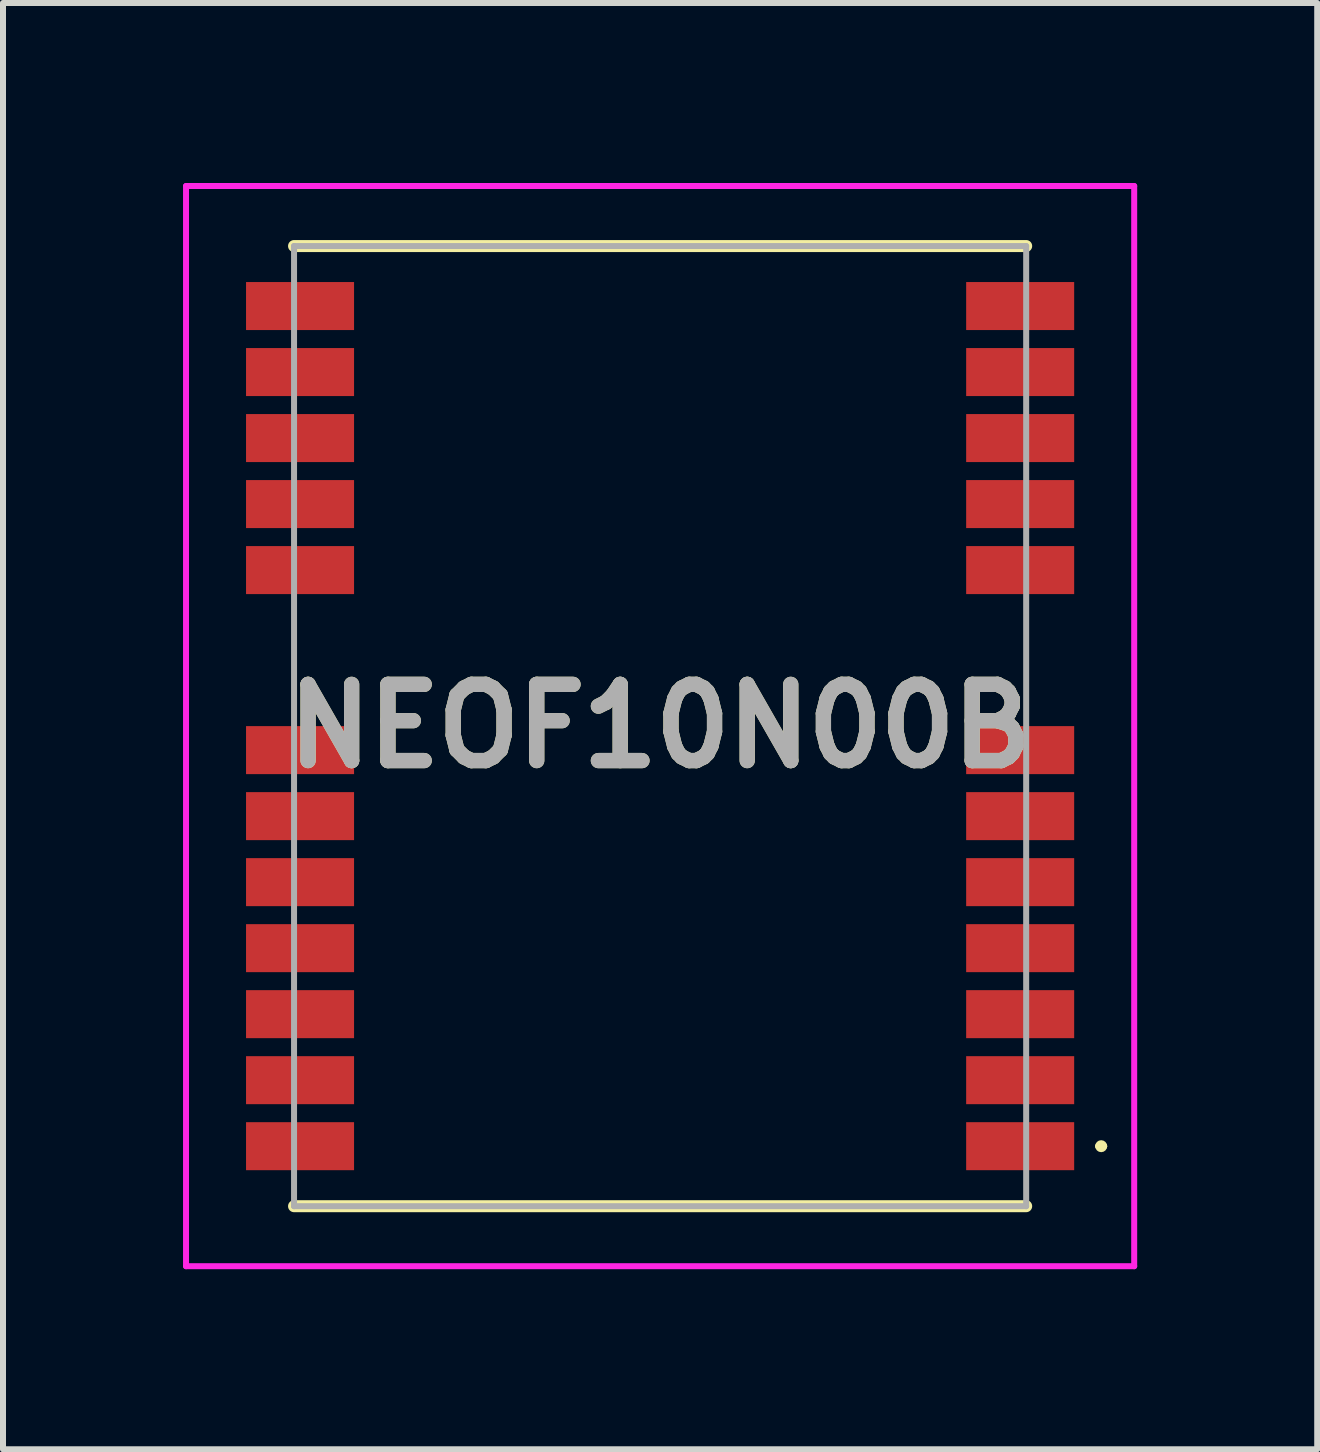
<source format=kicad_pcb>
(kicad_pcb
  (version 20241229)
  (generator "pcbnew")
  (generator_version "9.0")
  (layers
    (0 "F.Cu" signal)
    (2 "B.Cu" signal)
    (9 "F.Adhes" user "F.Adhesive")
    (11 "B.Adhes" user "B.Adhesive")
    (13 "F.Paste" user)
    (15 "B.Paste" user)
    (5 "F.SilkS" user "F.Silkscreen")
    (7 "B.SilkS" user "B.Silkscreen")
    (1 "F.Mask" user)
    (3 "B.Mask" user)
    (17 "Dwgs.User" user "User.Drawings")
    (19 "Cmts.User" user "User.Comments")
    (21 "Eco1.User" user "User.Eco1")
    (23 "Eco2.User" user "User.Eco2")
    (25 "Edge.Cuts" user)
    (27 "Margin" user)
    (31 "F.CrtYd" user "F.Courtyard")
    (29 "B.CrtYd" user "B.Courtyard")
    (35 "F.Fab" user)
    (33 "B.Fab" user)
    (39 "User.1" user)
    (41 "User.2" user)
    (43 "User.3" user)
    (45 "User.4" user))
  (footprint "NEOF10N00B"
    (layer "F.Cu")
    (at 7.95 9.05)
    (property "Reference" "NEOF10N00B" (at 0 0 0) (layer "F.SilkS") (effects (font (size 1.27 1.27) (thickness 0.254))))
    (attr smd)
    (fp_line (start -6.1 -8) (end 6.1 -8) (stroke (width 0.2) (type solid)) (layer "F.SilkS"))
    (fp_line (start -6.1 8) (end 6.1 8) (stroke (width 0.2) (type solid)) (layer "F.SilkS"))
    (fp_line (start 7.3 7) (end 7.3 7) (stroke (width 0.1) (type solid)) (layer "F.SilkS"))
    (fp_line (start 7.4 7) (end 7.4 7) (stroke (width 0.1) (type solid)) (layer "F.SilkS"))
    (fp_arc (start 7.3 7) (mid 7.35 6.95) (end 7.4 7) (stroke (width 0.1) (type solid)) (layer "F.SilkS"))
    (fp_arc (start 7.4 7) (mid 7.35 7.05) (end 7.3 7) (stroke (width 0.1) (type solid)) (layer "F.SilkS"))
    (fp_line (start -7.9 -9) (end 7.9 -9) (stroke (width 0.1) (type solid)) (layer "F.CrtYd"))
    (fp_line (start -7.9 9) (end -7.9 -9) (stroke (width 0.1) (type solid)) (layer "F.CrtYd"))
    (fp_line (start 7.9 -9) (end 7.9 9) (stroke (width 0.1) (type solid)) (layer "F.CrtYd"))
    (fp_line (start 7.9 9) (end -7.9 9) (stroke (width 0.1) (type solid)) (layer "F.CrtYd"))
    (fp_line (start -6.1 -8) (end 6.1 -8) (stroke (width 0.1) (type solid)) (layer "F.Fab"))
    (fp_line (start -6.1 8) (end -6.1 -8) (stroke (width 0.1) (type solid)) (layer "F.Fab"))
    (fp_line (start 6.1 -8) (end 6.1 8) (stroke (width 0.1) (type solid)) (layer "F.Fab"))
    (fp_line (start 6.1 8) (end -6.1 8) (stroke (width 0.1) (type solid)) (layer "F.Fab"))
    (fp_text user "${REFERENCE}" (at 0 0 0) (layer "F.Fab") (effects (font (size 1.27 1.27) (thickness 0.254))))
    (pad "1" smd rect (at 6 7 90) (size 0.8 1.8) (layers "F.Cu" "F.Mask" "F.Paste"))
    (pad "2" smd rect (at 6 5.9 90) (size 0.8 1.8) (layers "F.Cu" "F.Mask" "F.Paste"))
    (pad "3" smd rect (at 6 4.8 90) (size 0.8 1.8) (layers "F.Cu" "F.Mask" "F.Paste"))
    (pad "4" smd rect (at 6 3.7 90) (size 0.8 1.8) (layers "F.Cu" "F.Mask" "F.Paste"))
    (pad "5" smd rect (at 6 2.6 90) (size 0.8 1.8) (layers "F.Cu" "F.Mask" "F.Paste"))
    (pad "6" smd rect (at 6 1.5 90) (size 0.8 1.8) (layers "F.Cu" "F.Mask" "F.Paste"))
    (pad "7" smd rect (at 6 0.4 90) (size 0.8 1.8) (layers "F.Cu" "F.Mask" "F.Paste"))
    (pad "8" smd rect (at 6 -2.6 90) (size 0.8 1.8) (layers "F.Cu" "F.Mask" "F.Paste"))
    (pad "9" smd rect (at 6 -3.7 90) (size 0.8 1.8) (layers "F.Cu" "F.Mask" "F.Paste"))
    (pad "10" smd rect (at 6 -4.8 90) (size 0.8 1.8) (layers "F.Cu" "F.Mask" "F.Paste"))
    (pad "11" smd rect (at 6 -5.9 90) (size 0.8 1.8) (layers "F.Cu" "F.Mask" "F.Paste"))
    (pad "12" smd rect (at 6 -7 90) (size 0.8 1.8) (layers "F.Cu" "F.Mask" "F.Paste"))
    (pad "13" smd rect (at -6 -7 90) (size 0.8 1.8) (layers "F.Cu" "F.Mask" "F.Paste"))
    (pad "14" smd rect (at -6 -5.9 90) (size 0.8 1.8) (layers "F.Cu" "F.Mask" "F.Paste"))
    (pad "15" smd rect (at -6 -4.8 90) (size 0.8 1.8) (layers "F.Cu" "F.Mask" "F.Paste"))
    (pad "16" smd rect (at -6 -3.7 90) (size 0.8 1.8) (layers "F.Cu" "F.Mask" "F.Paste"))
    (pad "17" smd rect (at -6 -2.6 90) (size 0.8 1.8) (layers "F.Cu" "F.Mask" "F.Paste"))
    (pad "18" smd rect (at -6 0.4 90) (size 0.8 1.8) (layers "F.Cu" "F.Mask" "F.Paste"))
    (pad "19" smd rect (at -6 1.5 90) (size 0.8 1.8) (layers "F.Cu" "F.Mask" "F.Paste"))
    (pad "20" smd rect (at -6 2.6 90) (size 0.8 1.8) (layers "F.Cu" "F.Mask" "F.Paste"))
    (pad "21" smd rect (at -6 3.7 90) (size 0.8 1.8) (layers "F.Cu" "F.Mask" "F.Paste"))
    (pad "22" smd rect (at -6 4.8 90) (size 0.8 1.8) (layers "F.Cu" "F.Mask" "F.Paste"))
    (pad "23" smd rect (at -6 5.9 90) (size 0.8 1.8) (layers "F.Cu" "F.Mask" "F.Paste"))
    (pad "24" smd rect (at -6 7 90) (size 0.8 1.8) (layers "F.Cu" "F.Mask" "F.Paste")))
  (gr_rect
    (start -3 -3)
    (end 18.9 21.1)
    (stroke (width 0.1) (type default))
    (fill no)
    (layer "Edge.Cuts")))
</source>
